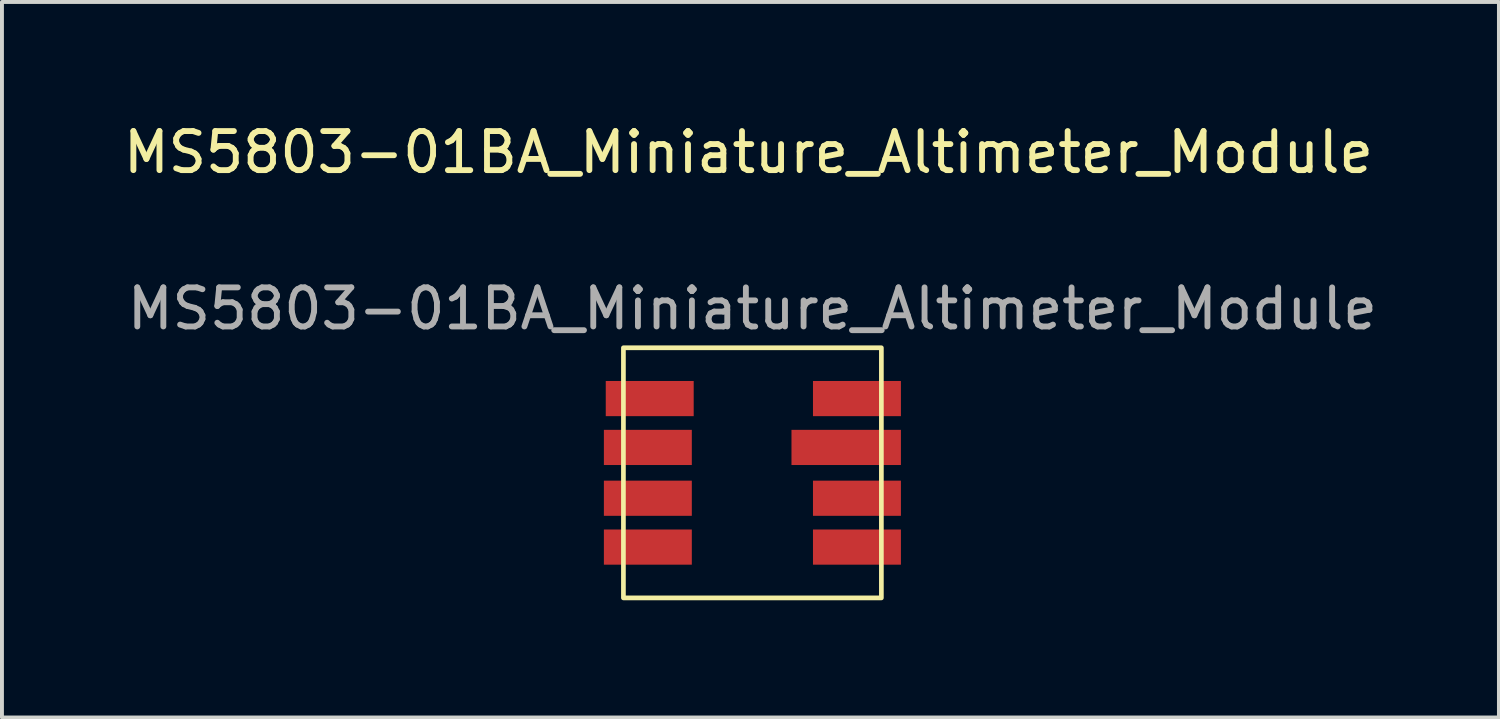
<source format=kicad_pcb>
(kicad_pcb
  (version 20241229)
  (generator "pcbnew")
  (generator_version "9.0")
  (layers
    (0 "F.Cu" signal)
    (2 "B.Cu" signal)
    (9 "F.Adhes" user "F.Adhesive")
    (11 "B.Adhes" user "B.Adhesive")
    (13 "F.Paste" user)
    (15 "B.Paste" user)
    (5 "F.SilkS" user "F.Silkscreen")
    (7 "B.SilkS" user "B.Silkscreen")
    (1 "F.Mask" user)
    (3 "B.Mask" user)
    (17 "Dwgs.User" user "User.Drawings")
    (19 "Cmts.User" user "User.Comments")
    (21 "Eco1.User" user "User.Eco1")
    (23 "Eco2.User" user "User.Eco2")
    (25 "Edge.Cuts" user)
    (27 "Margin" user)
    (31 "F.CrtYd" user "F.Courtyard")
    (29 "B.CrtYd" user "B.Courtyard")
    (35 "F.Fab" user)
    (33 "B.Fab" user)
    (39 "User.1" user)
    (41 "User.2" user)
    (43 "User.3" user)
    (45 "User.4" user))
  (footprint "MS5803-01BA_Miniature_Altimeter_Module"
    (layer "F.Cu")
    (at 16.201 9.048)
    (property "Reference" "MS5803-01BA_Miniature_Altimeter_Module" (at -0.1 -8.2 0) (unlocked yes) (layer "F.SilkS") (effects (font (size 1 1) (thickness 0.15))))
    (attr smd)
    (fp_rect (start -3.3 -3.2) (end 3.3 3.2) (stroke (width 0.12) (type solid)) (fill no) (layer "F.SilkS"))
    (fp_text user "${REFERENCE}" (at 0 -4.2 0) (unlocked yes) (layer "F.Fab") (effects (font (size 1 1) (thickness 0.15))))
    (pad "1" smd rect (at 2.675 1.9) (size 2.25 0.9) (layers "F.Cu" "F.Mask" "F.Paste"))
    (pad "2" smd rect (at 2.675 0.65) (size 2.25 0.9) (layers "F.Cu" "F.Mask" "F.Paste"))
    (pad "3" smd rect (at 2.4 -0.65) (size 2.8 0.9) (layers "F.Cu" "F.Mask" "F.Paste"))
    (pad "4" smd rect (at 2.675 -1.9) (size 2.25 0.9) (layers "F.Cu" "F.Mask" "F.Paste"))
    (pad "5" smd rect (at -2.627 -1.9) (size 2.25 0.9) (layers "F.Cu" "F.Mask" "F.Paste"))
    (pad "6" smd rect (at -2.675 -0.65) (size 2.25 0.9) (layers "F.Cu" "F.Mask" "F.Paste"))
    (pad "7" smd rect (at -2.675 0.65) (size 2.25 0.9) (layers "F.Cu" "F.Mask" "F.Paste"))
    (pad "8" smd rect (at -2.675 1.9) (size 2.25 0.9) (layers "F.Cu" "F.Mask" "F.Paste")))
  (gr_rect
    (start -3 -3)
    (end 35.302 15.308)
    (stroke (width 0.1) (type default))
    (fill no)
    (layer "Edge.Cuts")))
</source>
